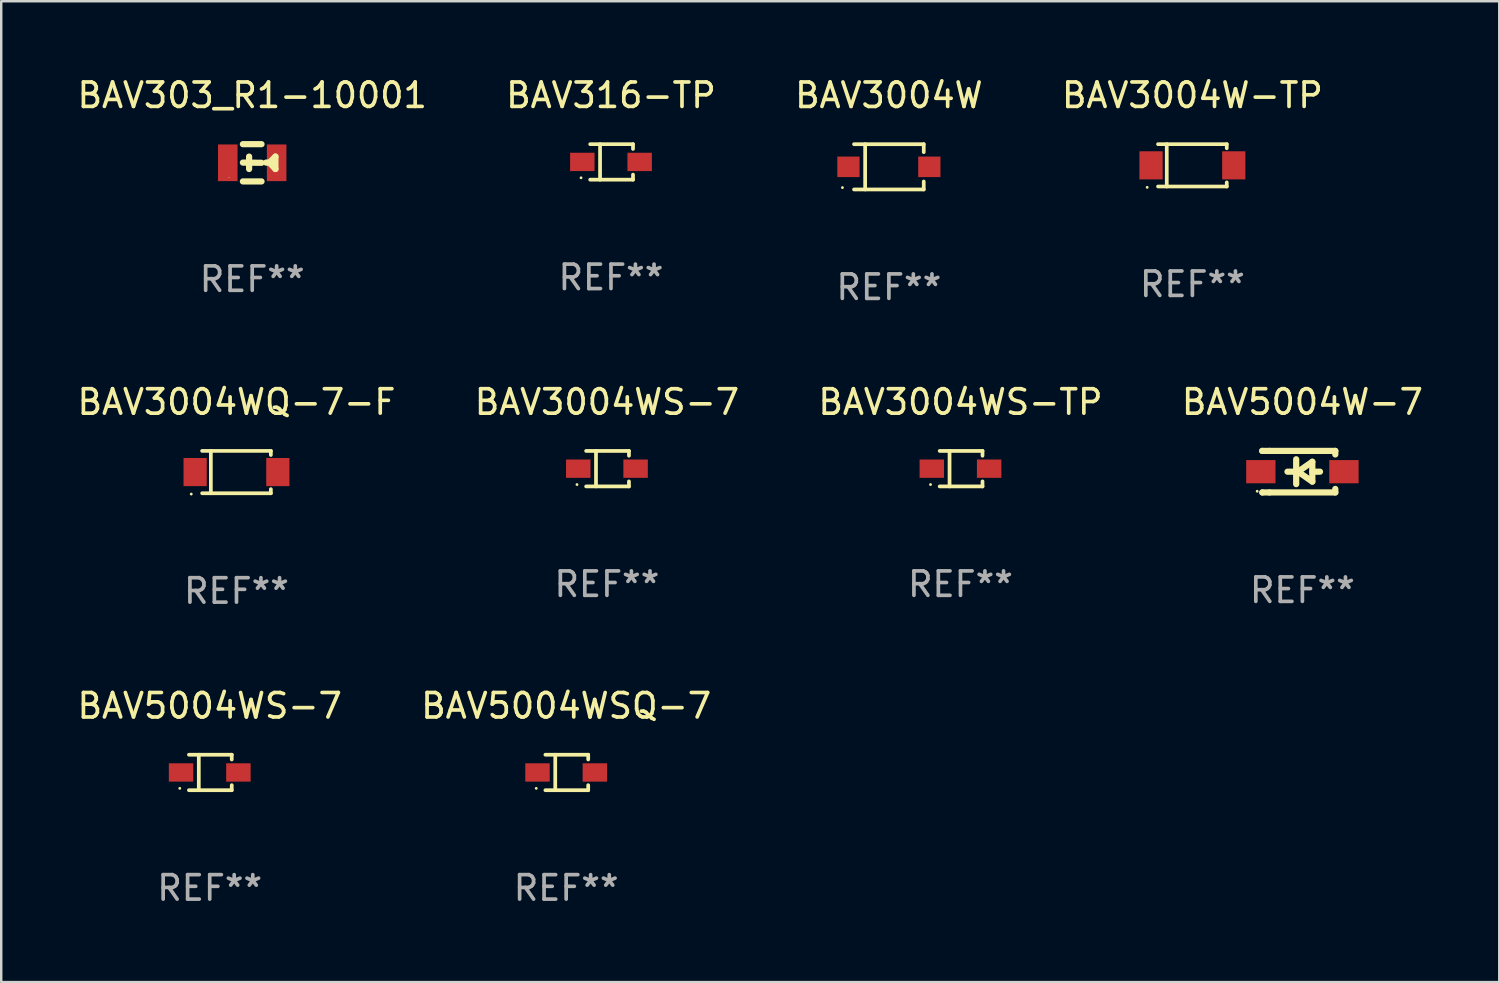
<source format=kicad_pcb>
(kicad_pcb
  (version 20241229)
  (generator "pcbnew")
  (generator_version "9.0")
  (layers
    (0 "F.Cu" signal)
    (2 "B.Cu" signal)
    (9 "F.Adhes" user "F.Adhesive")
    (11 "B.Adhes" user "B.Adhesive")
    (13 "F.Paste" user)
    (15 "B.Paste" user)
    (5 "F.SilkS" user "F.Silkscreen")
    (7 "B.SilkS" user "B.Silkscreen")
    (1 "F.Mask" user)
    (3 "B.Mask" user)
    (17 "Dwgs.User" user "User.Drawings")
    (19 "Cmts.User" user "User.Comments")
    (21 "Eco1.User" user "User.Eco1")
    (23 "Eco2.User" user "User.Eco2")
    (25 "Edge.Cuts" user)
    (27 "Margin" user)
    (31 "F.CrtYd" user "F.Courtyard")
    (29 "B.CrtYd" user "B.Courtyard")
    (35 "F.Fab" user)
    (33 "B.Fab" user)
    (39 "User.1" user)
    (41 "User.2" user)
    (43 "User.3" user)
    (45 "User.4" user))
  (footprint "BAV3004WQ-7-F"
    (layer "F.Cu")
    (at 6.625 16.263)
    (property "Reference" "BAV3004WQ-7-F" (at 0 -2.866 0) (layer "F.SilkS") (effects (font (size 1 1) (thickness 0.15))))
    (attr through_hole)
    (fp_line (start -1.406 -0.866) (end 1.406 -0.866) (stroke (width 0.152) (type solid)) (layer "F.SilkS"))
    (fp_line (start -1.406 0.866) (end 1.406 0.866) (stroke (width 0.152) (type solid)) (layer "F.SilkS"))
    (fp_line (start -1.049 -0.866) (end -1.049 0.866) (stroke (width 0.152) (type solid)) (layer "F.SilkS"))
    (fp_line (start 1.406 -0.866) (end 1.406 -0.698) (stroke (width 0.152) (type solid)) (layer "F.SilkS"))
    (fp_line (start 1.406 0.866) (end 1.406 0.698) (stroke (width 0.152) (type solid)) (layer "F.SilkS"))
    (fp_circle (center -1.851 0.9) (end -1.821 0.9) (stroke (width 0.06) (type solid)) (fill no) (layer "F.SilkS"))
    (fp_text user "REF**" (at 0 4.866 0) (layer "F.Fab") (effects (font (size 1 1) (thickness 0.15))))
    (pad "1" smd rect (at -1.692 0) (size 0.95 1.15) (layers "F.Cu" "F.Mask" "F.Paste"))
    (pad "2" smd rect (at 1.692 0) (size 0.95 1.15) (layers "F.Cu" "F.Mask" "F.Paste")))
  (footprint "BAV3004WS-TP"
    (layer "F.Cu")
    (at 36.244 16.124)
    (property "Reference" "BAV3004WS-TP" (at 0 -2.726 0) (layer "F.SilkS") (effects (font (size 1 1) (thickness 0.15))))
    (attr through_hole)
    (fp_line (start -0.851 -0.726) (end 0.901 -0.726) (stroke (width 0.152) (type solid)) (layer "F.SilkS"))
    (fp_line (start -0.851 0.726) (end 0.901 0.726) (stroke (width 0.152) (type solid)) (layer "F.SilkS"))
    (fp_line (start -0.447 -0.726) (end -0.447 0.726) (stroke (width 0.152) (type solid)) (layer "F.SilkS"))
    (fp_line (start 0.901 -0.726) (end 0.901 -0.53) (stroke (width 0.152) (type solid)) (layer "F.SilkS"))
    (fp_line (start 0.901 0.726) (end 0.901 0.52) (stroke (width 0.152) (type solid)) (layer "F.SilkS"))
    (fp_circle (center -1.225 0.65) (end -1.195 0.65) (stroke (width 0.06) (type solid)) (fill no) (layer "F.SilkS"))
    (fp_text user "REF**" (at 0 4.726 0) (layer "F.Fab") (effects (font (size 1 1) (thickness 0.15))))
    (pad "1" smd rect (at -1.173 0) (size 1 0.75) (layers "F.Cu" "F.Mask" "F.Paste"))
    (pad "2" smd rect (at 1.173 0) (size 1 0.75) (layers "F.Cu" "F.Mask" "F.Paste")))
  (footprint "BAV3004W-TP"
    (layer "F.Cu")
    (at 45.732 3.714)
    (property "Reference" "BAV3004W-TP" (at 0 -2.866 0) (layer "F.SilkS") (effects (font (size 1 1) (thickness 0.15))))
    (attr through_hole)
    (fp_line (start -1.406 -0.866) (end 1.406 -0.866) (stroke (width 0.152) (type solid)) (layer "F.SilkS"))
    (fp_line (start -1.406 0.866) (end 1.406 0.866) (stroke (width 0.152) (type solid)) (layer "F.SilkS"))
    (fp_line (start -1.049 -0.866) (end -1.049 0.866) (stroke (width 0.152) (type solid)) (layer "F.SilkS"))
    (fp_line (start 1.406 -0.866) (end 1.406 -0.698) (stroke (width 0.152) (type solid)) (layer "F.SilkS"))
    (fp_line (start 1.406 0.866) (end 1.406 0.698) (stroke (width 0.152) (type solid)) (layer "F.SilkS"))
    (fp_circle (center -1.851 0.9) (end -1.821 0.9) (stroke (width 0.06) (type solid)) (fill no) (layer "F.SilkS"))
    (fp_text user "REF**" (at 0 4.866 0) (layer "F.Fab") (effects (font (size 1 1) (thickness 0.15))))
    (pad "1" smd rect (at -1.692 0) (size 0.95 1.15) (layers "F.Cu" "F.Mask" "F.Paste"))
    (pad "2" smd rect (at 1.692 0) (size 0.95 1.15) (layers "F.Cu" "F.Mask" "F.Paste")))
  (footprint "BAV316-TP"
    (layer "F.Cu")
    (at 21.946 3.574)
    (property "Reference" "BAV316-TP" (at 0 -2.726 0) (layer "F.SilkS") (effects (font (size 1 1) (thickness 0.15))))
    (attr through_hole)
    (fp_line (start -0.851 -0.726) (end 0.901 -0.726) (stroke (width 0.152) (type solid)) (layer "F.SilkS"))
    (fp_line (start -0.851 0.726) (end 0.901 0.726) (stroke (width 0.152) (type solid)) (layer "F.SilkS"))
    (fp_line (start -0.447 -0.726) (end -0.447 0.726) (stroke (width 0.152) (type solid)) (layer "F.SilkS"))
    (fp_line (start 0.901 -0.726) (end 0.901 -0.53) (stroke (width 0.152) (type solid)) (layer "F.SilkS"))
    (fp_line (start 0.901 0.726) (end 0.901 0.52) (stroke (width 0.152) (type solid)) (layer "F.SilkS"))
    (fp_circle (center -1.225 0.65) (end -1.195 0.65) (stroke (width 0.06) (type solid)) (fill no) (layer "F.SilkS"))
    (fp_text user "REF**" (at 0 4.726 0) (layer "F.Fab") (effects (font (size 1 1) (thickness 0.15))))
    (pad "1" smd rect (at -1.173 0) (size 1 0.75) (layers "F.Cu" "F.Mask" "F.Paste"))
    (pad "2" smd rect (at 1.173 0) (size 1 0.75) (layers "F.Cu" "F.Mask" "F.Paste")))
  (footprint "BAV5004WSQ-7"
    (layer "F.Cu")
    (at 20.113 28.552)
    (property "Reference" "BAV5004WSQ-7" (at 0 -2.726 0) (layer "F.SilkS") (effects (font (size 1 1) (thickness 0.15))))
    (attr through_hole)
    (fp_line (start -0.851 -0.726) (end 0.901 -0.726) (stroke (width 0.152) (type solid)) (layer "F.SilkS"))
    (fp_line (start -0.851 0.726) (end 0.901 0.726) (stroke (width 0.152) (type solid)) (layer "F.SilkS"))
    (fp_line (start -0.447 -0.726) (end -0.447 0.726) (stroke (width 0.152) (type solid)) (layer "F.SilkS"))
    (fp_line (start 0.901 -0.726) (end 0.901 -0.53) (stroke (width 0.152) (type solid)) (layer "F.SilkS"))
    (fp_line (start 0.901 0.726) (end 0.901 0.52) (stroke (width 0.152) (type solid)) (layer "F.SilkS"))
    (fp_circle (center -1.225 0.65) (end -1.195 0.65) (stroke (width 0.06) (type solid)) (fill no) (layer "F.SilkS"))
    (fp_text user "REF**" (at 0 4.726 0) (layer "F.Fab") (effects (font (size 1 1) (thickness 0.15))))
    (pad "1" smd rect (at -1.173 0) (size 1 0.75) (layers "F.Cu" "F.Mask" "F.Paste"))
    (pad "2" smd rect (at 1.173 0) (size 1 0.75) (layers "F.Cu" "F.Mask" "F.Paste")))
  (footprint "BAV303_R1-10001"
    (layer "F.Cu")
    (at 7.268 3.61)
    (property "Reference" "BAV303_R1-10001" (at 0 -2.762 0) (layer "F.SilkS") (effects (font (size 1 1) (thickness 0.15))))
    (attr through_hole)
    (fp_line (start -0.381 -0.762) (end 0.381 -0.762) (stroke (width 0.254) (type solid)) (layer "F.SilkS"))
    (fp_line (start -0.381 0.762) (end 0.381 0.762) (stroke (width 0.254) (type solid)) (layer "F.SilkS"))
    (fp_line (start -0.127 -0.254) (end -0.127 0.254) (stroke (width 0.254) (type solid)) (layer "F.SilkS"))
    (fp_line (start 0.381 0) (end -0.381 -0.008) (stroke (width 0.254) (type solid)) (layer "F.SilkS"))
    (fp_line (start 0.569 -0.008) (end 0.704 -0.008) (stroke (width 0.254) (type solid)) (layer "F.SilkS"))
    (fp_line (start 0.704 -0.008) (end 0.95 -0.254) (stroke (width 0.254) (type solid)) (layer "F.SilkS"))
    (fp_line (start 0.95 -0.254) (end 0.95 0.254) (stroke (width 0.254) (type solid)) (layer "F.SilkS"))
    (fp_line (start 0.95 0.254) (end 0.704 -0.008) (stroke (width 0.254) (type solid)) (layer "F.SilkS"))
    (fp_circle (center -0.95 0.6) (end -0.94 0.6) (stroke (width 0.02) (type solid)) (fill no) (layer "F.SilkS"))
    (fp_text user "REF**" (at 0 4.762 0) (layer "F.Fab") (effects (font (size 1 1) (thickness 0.15))))
    (pad "1" smd rect (at -1 0) (size 0.8 1.5) (layers "F.Cu" "F.Mask" "F.Paste"))
    (pad "2" smd rect (at 1 0) (size 0.8 1.5) (layers "F.Cu" "F.Mask" "F.Paste")))
  (footprint "BAV5004W-7"
    (layer "F.Cu")
    (at 50.232 16.247)
    (property "Reference" "BAV5004W-7" (at 0 -2.85 0) (layer "F.SilkS") (effects (font (size 1 1) (thickness 0.15))))
    (attr through_hole)
    (fp_line (start -1.643 -0.85) (end -1.644 -0.849) (stroke (width 0.254) (type solid)) (layer "F.SilkS"))
    (fp_line (start -1.638 0.85) (end -1.639 0.849) (stroke (width 0.254) (type solid)) (layer "F.SilkS"))
    (fp_line (start -1.346 -0.85) (end -1.643 -0.85) (stroke (width 0.254) (type solid)) (layer "F.SilkS"))
    (fp_line (start -1.346 -0.85) (end 1.346 -0.85) (stroke (width 0.254) (type solid)) (layer "F.SilkS"))
    (fp_line (start -1.346 0.85) (end -1.638 0.85) (stroke (width 0.254) (type solid)) (layer "F.SilkS"))
    (fp_line (start -0.28 0) (end -0.61 0) (stroke (width 0.254) (type solid)) (layer "F.SilkS"))
    (fp_line (start -0.254 -0.508) (end -0.254 0.508) (stroke (width 0.254) (type solid)) (layer "F.SilkS"))
    (fp_line (start -0.178 0) (end 0.406 -0.406) (stroke (width 0.254) (type solid)) (layer "F.SilkS"))
    (fp_line (start 0.406 -0.406) (end 0.406 0.406) (stroke (width 0.254) (type solid)) (layer "F.SilkS"))
    (fp_line (start 0.406 -0.000254) (end 0.72 -0.000254) (stroke (width 0.254) (type solid)) (layer "F.SilkS"))
    (fp_line (start 0.406 0.406) (end -0.178 0) (stroke (width 0.254) (type solid)) (layer "F.SilkS"))
    (fp_line (start 1.346 -0.85) (end 1.346 -0.706) (stroke (width 0.254) (type solid)) (layer "F.SilkS"))
    (fp_line (start 1.346 0.706) (end 1.346 0.85) (stroke (width 0.254) (type solid)) (layer "F.SilkS"))
    (fp_line (start 1.346 0.85) (end -1.346 0.85) (stroke (width 0.254) (type solid)) (layer "F.SilkS"))
    (fp_circle (center -1.85 0.8) (end -1.82 0.8) (stroke (width 0.06) (type solid)) (fill no) (layer "F.SilkS"))
    (fp_text user "REF**" (at 0 4.85 0) (layer "F.Fab") (effects (font (size 1 1) (thickness 0.15))))
    (pad "1" smd rect (at -1.7 0) (size 1.2 0.95) (layers "F.Cu" "F.Mask" "F.Paste"))
    (pad "2" smd rect (at 1.7 0) (size 1.2 0.95) (layers "F.Cu" "F.Mask" "F.Paste")))
  (footprint "BAV3004W"
    (layer "F.Cu")
    (at 33.315 3.775)
    (property "Reference" "BAV3004W" (at 0 -2.926 0) (layer "F.SilkS") (effects (font (size 1 1) (thickness 0.15))))
    (attr through_hole)
    (fp_line (start -1.426 0.926) (end 1.426 0.926) (stroke (width 0.152) (type solid)) (layer "F.SilkS"))
    (fp_line (start -1.426 -0.926) (end 1.426 -0.926) (stroke (width 0.152) (type solid)) (layer "F.SilkS"))
    (fp_line (start -0.971 0.926) (end -0.971 -0.926) (stroke (width 0.152) (type solid)) (layer "F.SilkS"))
    (fp_line (start 1.426 -0.926) (end 1.426 -0.6) (stroke (width 0.152) (type solid)) (layer "F.SilkS"))
    (fp_line (start 1.426 0.6) (end 1.426 0.926) (stroke (width 0.152) (type solid)) (layer "F.SilkS"))
    (fp_circle (center -1.9 0.85) (end -1.87 0.85) (stroke (width 0.06) (type solid)) (fill no) (layer "F.SilkS"))
    (fp_text user "REF**" (at 0 4.926 0) (layer "F.Fab") (effects (font (size 1 1) (thickness 0.15))))
    (pad "1" smd rect (at -1.655 -0.000064) (size 0.91 0.84) (layers "F.Cu" "F.Mask" "F.Paste"))
    (pad "2" smd rect (at 1.655 -0.000064) (size 0.91 0.84) (layers "F.Cu" "F.Mask" "F.Paste")))
  (footprint "BAV5004WS-7"
    (layer "F.Cu")
    (at 5.53 28.552)
    (property "Reference" "BAV5004WS-7" (at 0 -2.726 0) (layer "F.SilkS") (effects (font (size 1 1) (thickness 0.15))))
    (attr through_hole)
    (fp_line (start -0.851 -0.726) (end 0.901 -0.726) (stroke (width 0.152) (type solid)) (layer "F.SilkS"))
    (fp_line (start -0.851 0.726) (end 0.901 0.726) (stroke (width 0.152) (type solid)) (layer "F.SilkS"))
    (fp_line (start -0.447 -0.726) (end -0.447 0.726) (stroke (width 0.152) (type solid)) (layer "F.SilkS"))
    (fp_line (start 0.901 -0.726) (end 0.901 -0.53) (stroke (width 0.152) (type solid)) (layer "F.SilkS"))
    (fp_line (start 0.901 0.726) (end 0.901 0.52) (stroke (width 0.152) (type solid)) (layer "F.SilkS"))
    (fp_circle (center -1.225 0.65) (end -1.195 0.65) (stroke (width 0.06) (type solid)) (fill no) (layer "F.SilkS"))
    (fp_text user "REF**" (at 0 4.726 0) (layer "F.Fab") (effects (font (size 1 1) (thickness 0.15))))
    (pad "1" smd rect (at -1.173 0) (size 1 0.75) (layers "F.Cu" "F.Mask" "F.Paste"))
    (pad "2" smd rect (at 1.173 0) (size 1 0.75) (layers "F.Cu" "F.Mask" "F.Paste")))
  (footprint "BAV3004WS-7"
    (layer "F.Cu")
    (at 21.78 16.124)
    (property "Reference" "BAV3004WS-7" (at 0 -2.726 0) (layer "F.SilkS") (effects (font (size 1 1) (thickness 0.15))))
    (attr through_hole)
    (fp_line (start -0.851 -0.726) (end 0.901 -0.726) (stroke (width 0.152) (type solid)) (layer "F.SilkS"))
    (fp_line (start -0.851 0.726) (end 0.901 0.726) (stroke (width 0.152) (type solid)) (layer "F.SilkS"))
    (fp_line (start -0.447 -0.726) (end -0.447 0.726) (stroke (width 0.152) (type solid)) (layer "F.SilkS"))
    (fp_line (start 0.901 -0.726) (end 0.901 -0.53) (stroke (width 0.152) (type solid)) (layer "F.SilkS"))
    (fp_line (start 0.901 0.726) (end 0.901 0.52) (stroke (width 0.152) (type solid)) (layer "F.SilkS"))
    (fp_circle (center -1.225 0.65) (end -1.195 0.65) (stroke (width 0.06) (type solid)) (fill no) (layer "F.SilkS"))
    (fp_text user "REF**" (at 0 4.726 0) (layer "F.Fab") (effects (font (size 1 1) (thickness 0.15))))
    (pad "1" smd rect (at -1.173 0) (size 1 0.75) (layers "F.Cu" "F.Mask" "F.Paste"))
    (pad "2" smd rect (at 1.173 0) (size 1 0.75) (layers "F.Cu" "F.Mask" "F.Paste")))
  (gr_rect
    (start -3 -3)
    (end 58.286 37.127)
    (stroke (width 0.1) (type default))
    (fill no)
    (layer "Edge.Cuts")))
</source>
